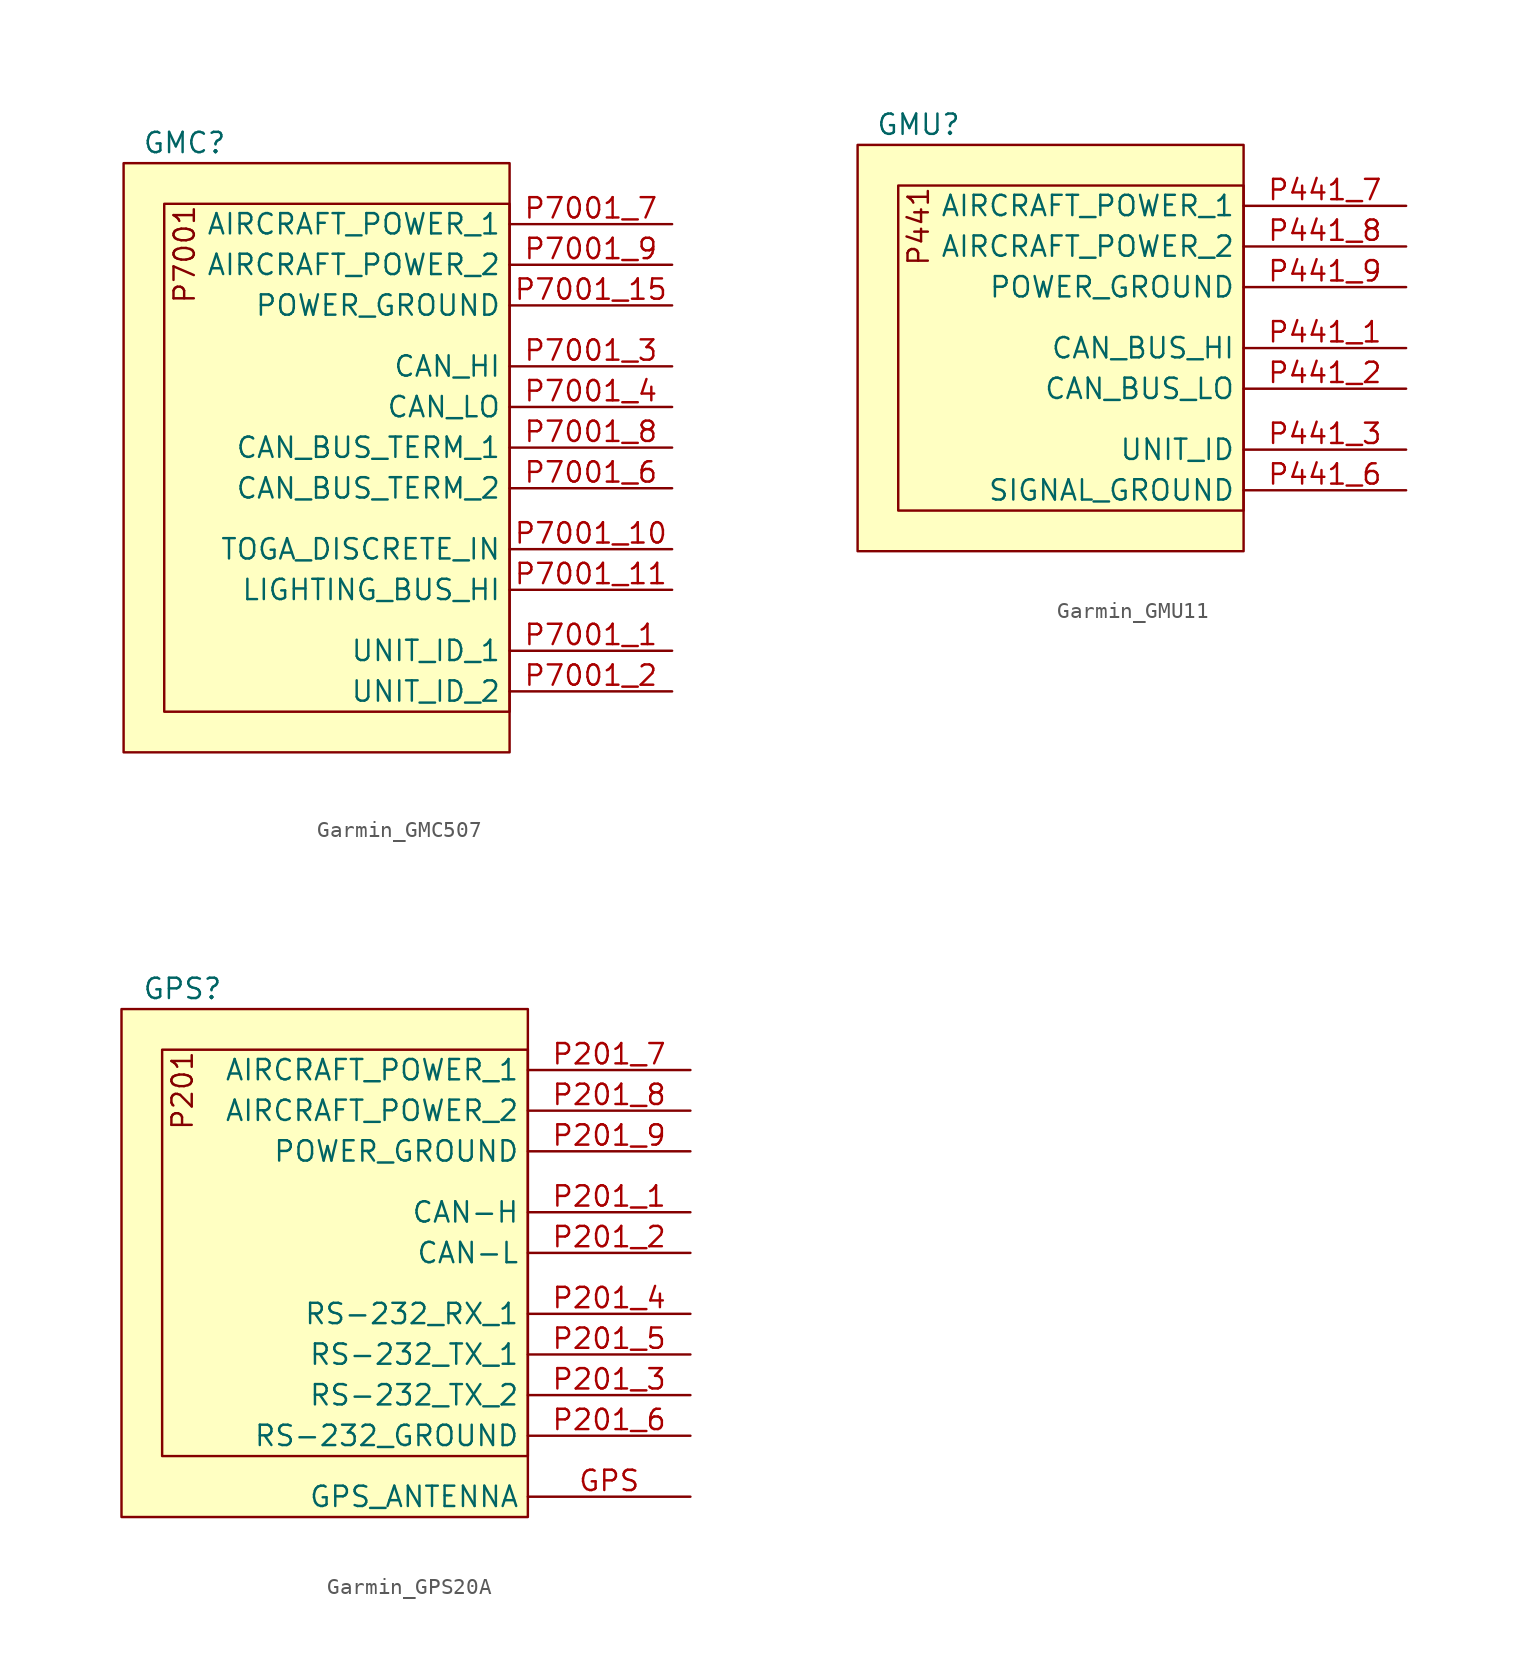
<source format=kicad_sym>
(kicad_symbol_lib
  (version 20220914)
  (generator kicad_symbol_editor)
  (symbol "Garmin_GMC507"
    (property "Reference" "GMC"
      (at 3.81 1.27 0)
      (effects (font (size 1.27 1.27))))
    (property "Value" ""
      (at 0 0 0)
      (effects (font (size 1.27 1.27))))
    (symbol "Garmin_GMC507_1_1"
      (rectangle (start 0 0) (end 24.13 -36.83) (stroke (width 0) (type default)) (fill (type background)))
      (rectangle (start 2.54 -2.54) (end 24.13 -34.29) (stroke (width 0) (type default)) (fill (type background)))
      (text "P7001" (at 3.81 -2.54 900) (effects (font (size 1.27 1.27)) (justify right)))
      (pin bidirectional line (at 34.29 -30.48 180) (length 10.16) (name "UNIT_ID_1" (effects (font (size 1.27 1.27)))) (number "P7001_1" (effects (font (size 1.27 1.27)))))
      (pin bidirectional line (at 34.29 -24.13 180) (length 10.16) (name "TOGA_DISCRETE_IN" (effects (font (size 1.27 1.27)))) (number "P7001_10" (effects (font (size 1.27 1.27)))))
      (pin bidirectional line (at 34.29 -26.67 180) (length 10.16) (name "LIGHTING_BUS_HI" (effects (font (size 1.27 1.27)))) (number "P7001_11" (effects (font (size 1.27 1.27)))))
      (pin bidirectional line (at 34.29 -8.89 180) (length 10.16) (name "POWER_GROUND" (effects (font (size 1.27 1.27)))) (number "P7001_15" (effects (font (size 1.27 1.27)))))
      (pin bidirectional line (at 34.29 -33.02 180) (length 10.16) (name "UNIT_ID_2" (effects (font (size 1.27 1.27)))) (number "P7001_2" (effects (font (size 1.27 1.27)))))
      (pin bidirectional line (at 34.29 -12.7 180) (length 10.16) (name "CAN_HI" (effects (font (size 1.27 1.27)))) (number "P7001_3" (effects (font (size 1.27 1.27)))))
      (pin bidirectional line (at 34.29 -15.24 180) (length 10.16) (name "CAN_LO" (effects (font (size 1.27 1.27)))) (number "P7001_4" (effects (font (size 1.27 1.27)))))
      (pin bidirectional line (at 34.29 -20.32 180) (length 10.16) (name "CAN_BUS_TERM_2" (effects (font (size 1.27 1.27)))) (number "P7001_6" (effects (font (size 1.27 1.27)))))
      (pin power_in line (at 34.29 -3.81 180) (length 10.16) (name "AIRCRAFT_POWER_1" (effects (font (size 1.27 1.27)))) (number "P7001_7" (effects (font (size 1.27 1.27)))))
      (pin bidirectional line (at 34.29 -17.78 180) (length 10.16) (name "CAN_BUS_TERM_1" (effects (font (size 1.27 1.27)))) (number "P7001_8" (effects (font (size 1.27 1.27)))))
      (pin power_in line (at 34.29 -6.35 180) (length 10.16) (name "AIRCRAFT_POWER_2" (effects (font (size 1.27 1.27)))) (number "P7001_9" (effects (font (size 1.27 1.27)))))))
  (symbol "Garmin_GMU11"
    (property "Reference" "GMU"
      (at 3.81 1.27 0)
      (effects (font (size 1.27 1.27))))
    (property "Value" ""
      (at 0 0 0)
      (effects (font (size 1.27 1.27))))
    (symbol "Garmin_GMU11_1_1"
      (rectangle (start 0 0) (end 24.13 -25.4) (stroke (width 0) (type default)) (fill (type background)))
      (rectangle (start 2.54 -2.54) (end 24.13 -22.86) (stroke (width 0) (type default)) (fill (type background)))
      (text "P441" (at 3.81 -2.54 900) (effects (font (size 1.27 1.27)) (justify right)))
      (pin bidirectional line (at 34.29 -12.7 180) (length 10.16) (name "CAN_BUS_HI" (effects (font (size 1.27 1.27)))) (number "P441_1" (effects (font (size 1.27 1.27)))))
      (pin bidirectional line (at 34.29 -15.24 180) (length 10.16) (name "CAN_BUS_LO" (effects (font (size 1.27 1.27)))) (number "P441_2" (effects (font (size 1.27 1.27)))))
      (pin bidirectional line (at 34.29 -19.05 180) (length 10.16) (name "UNIT_ID" (effects (font (size 1.27 1.27)))) (number "P441_3" (effects (font (size 1.27 1.27)))))
      (pin passive line (at 34.29 -21.59 180) (length 10.16) (name "SIGNAL_GROUND" (effects (font (size 1.27 1.27)))) (number "P441_6" (effects (font (size 1.27 1.27)))))
      (pin power_in line (at 34.29 -3.81 180) (length 10.16) (name "AIRCRAFT_POWER_1" (effects (font (size 1.27 1.27)))) (number "P441_7" (effects (font (size 1.27 1.27)))))
      (pin power_in line (at 34.29 -6.35 180) (length 10.16) (name "AIRCRAFT_POWER_2" (effects (font (size 1.27 1.27)))) (number "P441_8" (effects (font (size 1.27 1.27)))))
      (pin passive line (at 34.29 -8.89 180) (length 10.16) (name "POWER_GROUND" (effects (font (size 1.27 1.27)))) (number "P441_9" (effects (font (size 1.27 1.27)))))))
  (symbol "Garmin_GPS20A"
    (property "Reference" "GPS"
      (at 3.81 1.27 0)
      (effects (font (size 1.27 1.27))))
    (property "Value" ""
      (at 1.27 0 0)
      (effects (font (size 1.27 1.27))))
    (symbol "Garmin_GPS20A_1_1"
      (rectangle (start 0 0) (end 25.4 -31.75) (stroke (width 0) (type default)) (fill (type background)))
      (rectangle (start 2.54 -2.54) (end 25.4 -27.94) (stroke (width 0) (type default)) (fill (type background)))
      (text "P201" (at 3.81 -2.54 900) (effects (font (size 1.27 1.27)) (justify right)))
      (pin input line (at 35.56 -30.48 180) (length 10.16) (name "GPS_ANTENNA" (effects (font (size 1.27 1.27)))) (number "GPS" (effects (font (size 1.27 1.27)))))
      (pin bidirectional line (at 35.56 -12.7 180) (length 10.16) (name "CAN-H" (effects (font (size 1.27 1.27)))) (number "P201_1" (effects (font (size 1.27 1.27)))))
      (pin bidirectional line (at 35.56 -15.24 180) (length 10.16) (name "CAN-L" (effects (font (size 1.27 1.27)))) (number "P201_2" (effects (font (size 1.27 1.27)))))
      (pin output line (at 35.56 -24.13 180) (length 10.16) (name "RS-232_TX_2" (effects (font (size 1.27 1.27)))) (number "P201_3" (effects (font (size 1.27 1.27)))))
      (pin input line (at 35.56 -19.05 180) (length 10.16) (name "RS-232_RX_1" (effects (font (size 1.27 1.27)))) (number "P201_4" (effects (font (size 1.27 1.27)))))
      (pin output line (at 35.56 -21.59 180) (length 10.16) (name "RS-232_TX_1" (effects (font (size 1.27 1.27)))) (number "P201_5" (effects (font (size 1.27 1.27)))))
      (pin bidirectional line (at 35.56 -26.67 180) (length 10.16) (name "RS-232_GROUND" (effects (font (size 1.27 1.27)))) (number "P201_6" (effects (font (size 1.27 1.27)))))
      (pin power_in line (at 35.56 -3.81 180) (length 10.16) (name "AIRCRAFT_POWER_1" (effects (font (size 1.27 1.27)))) (number "P201_7" (effects (font (size 1.27 1.27)))))
      (pin power_in line (at 35.56 -6.35 180) (length 10.16) (name "AIRCRAFT_POWER_2" (effects (font (size 1.27 1.27)))) (number "P201_8" (effects (font (size 1.27 1.27)))))
      (pin bidirectional line (at 35.56 -8.89 180) (length 10.16) (name "POWER_GROUND" (effects (font (size 1.27 1.27)))) (number "P201_9" (effects (font (size 1.27 1.27))))))))
</source>
